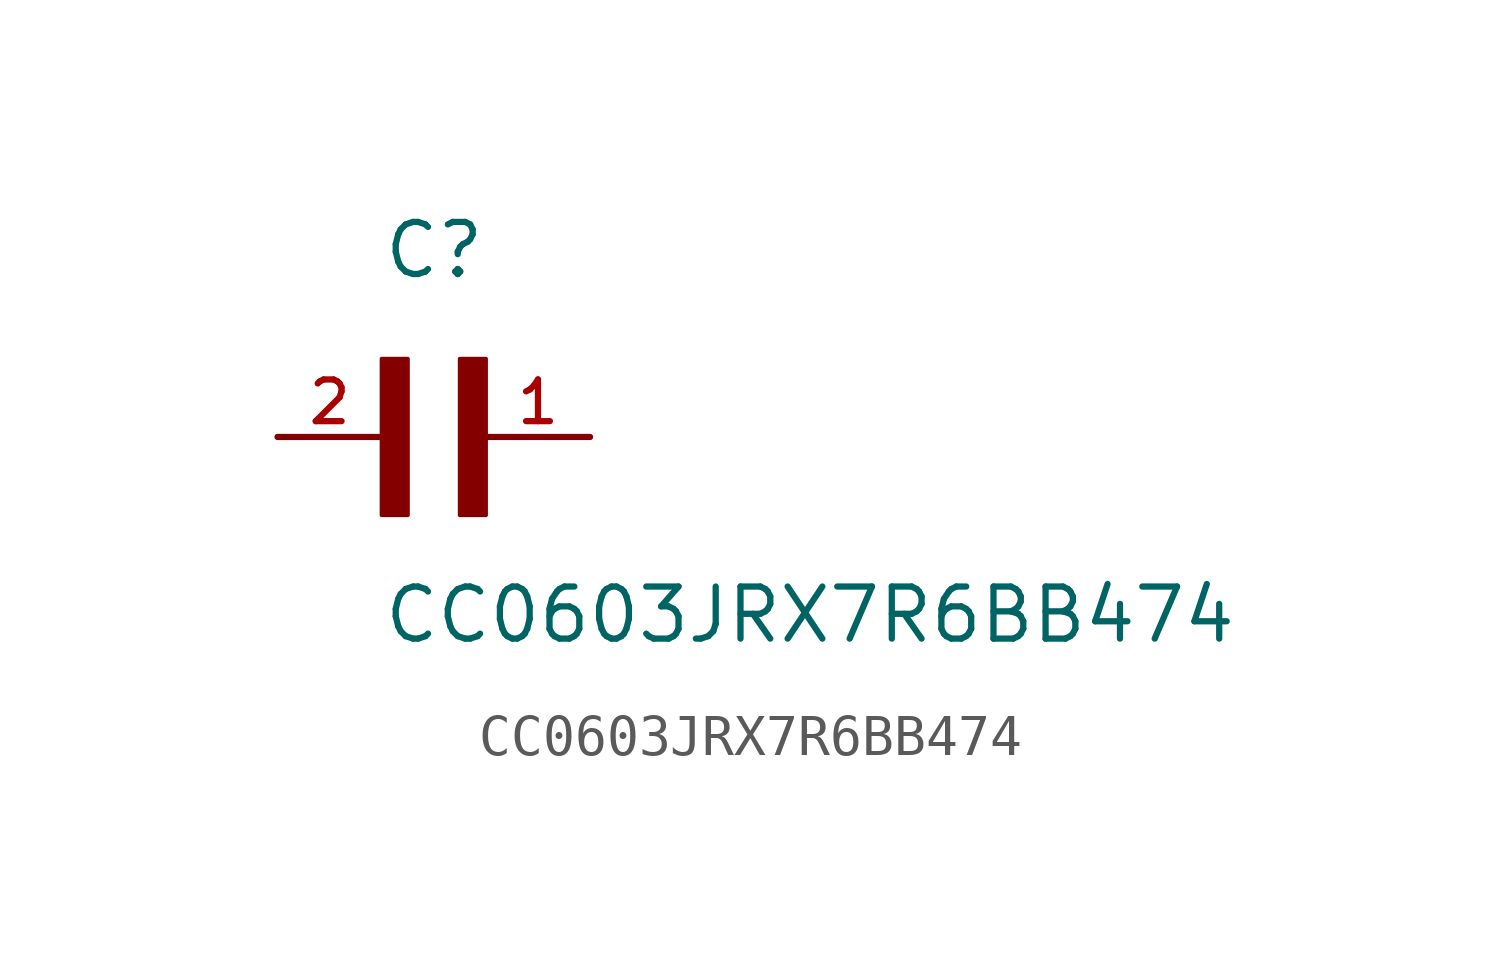
<source format=kicad_sym>
(kicad_symbol_lib
  (version 20211014)
  (generator kicad_symbol_editor)
  (symbol "CC0603JRX7R6BB474"
    (pin_names
      (offset 1.016))
    (property "Reference" "C"
      (at 0.0 3.81 0)
      (effects (font (size 1.27 1.27)) (justify bottom left)))
    (property "Value" "CC0603JRX7R6BB474"
      (at 0.0 -5.08 0)
      (effects (font (size 1.27 1.27)) (justify bottom left)))
    (symbol "CC0603JRX7R6BB474_0_0"
      (rectangle (start 0.0 -1.905) (end 0.635 1.905) (stroke (width 0.1)) (fill (type outline)))
      (rectangle (start 1.905 -1.905) (end 2.54 1.905) (stroke (width 0.1)) (fill (type outline)))
      (pin passive line (at 5.08 0.0 180.0) (length 2.54) (name "~" (effects (font (size 1.016 1.016)))) (number "1" (effects (font (size 1.016 1.016)))))
      (pin passive line (at -2.54 0.0 0) (length 2.54) (name "~" (effects (font (size 1.016 1.016)))) (number "2" (effects (font (size 1.016 1.016))))))))
</source>
